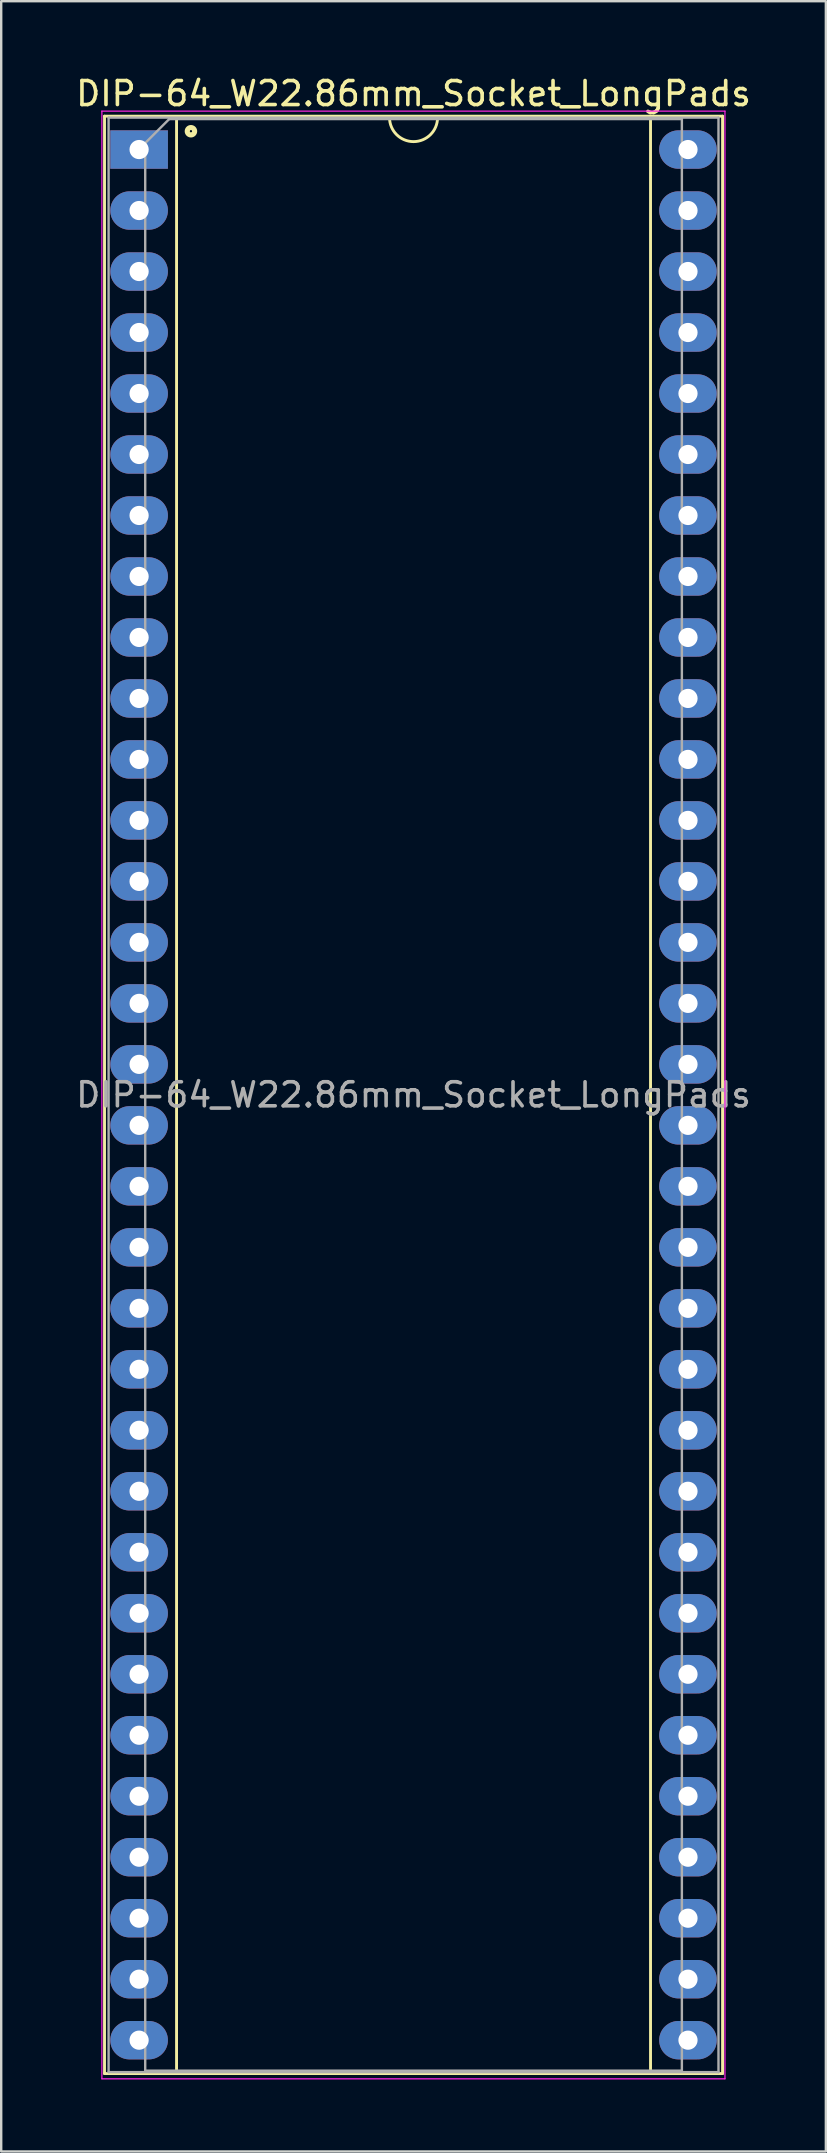
<source format=kicad_pcb>
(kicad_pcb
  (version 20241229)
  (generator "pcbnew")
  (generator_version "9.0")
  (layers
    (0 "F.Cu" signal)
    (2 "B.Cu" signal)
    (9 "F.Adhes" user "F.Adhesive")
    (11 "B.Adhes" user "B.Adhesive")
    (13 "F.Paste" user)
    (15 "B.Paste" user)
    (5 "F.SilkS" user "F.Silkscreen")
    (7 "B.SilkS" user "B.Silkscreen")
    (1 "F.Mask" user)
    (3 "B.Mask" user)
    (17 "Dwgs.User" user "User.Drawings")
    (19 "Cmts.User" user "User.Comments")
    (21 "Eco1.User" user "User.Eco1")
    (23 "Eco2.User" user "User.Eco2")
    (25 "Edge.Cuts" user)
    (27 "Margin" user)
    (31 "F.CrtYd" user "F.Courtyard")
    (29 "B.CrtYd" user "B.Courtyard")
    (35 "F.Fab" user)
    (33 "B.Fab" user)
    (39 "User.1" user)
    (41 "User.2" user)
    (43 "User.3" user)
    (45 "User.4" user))
  (footprint "DIP-64_W22.86mm_Socket_LongPads"
    (layer "F.Cu")
    (at 2.743 3.178)
    (property "Reference" "DIP-64_W22.86mm_Socket_LongPads" (at 11.43 -2.33 0) (layer "F.SilkS") (effects (font (size 1 1) (thickness 0.15))))
    (attr through_hole)
    (fp_line (start -1.44 -1.39) (end -1.44 80.13) (stroke (width 0.12) (type solid)) (layer "F.SilkS"))
    (fp_line (start -1.44 80.13) (end 24.3 80.13) (stroke (width 0.12) (type solid)) (layer "F.SilkS"))
    (fp_line (start 1.56 -1.33) (end 1.56 80.07) (stroke (width 0.12) (type solid)) (layer "F.SilkS"))
    (fp_line (start 1.56 80.07) (end 21.3 80.07) (stroke (width 0.12) (type solid)) (layer "F.SilkS"))
    (fp_line (start 10.43 -1.33) (end 1.56 -1.33) (stroke (width 0.12) (type solid)) (layer "F.SilkS"))
    (fp_line (start 21.3 -1.33) (end 12.43 -1.33) (stroke (width 0.12) (type solid)) (layer "F.SilkS"))
    (fp_line (start 21.3 80.07) (end 21.3 -1.33) (stroke (width 0.12) (type solid)) (layer "F.SilkS"))
    (fp_line (start 24.3 -1.39) (end -1.44 -1.39) (stroke (width 0.12) (type solid)) (layer "F.SilkS"))
    (fp_line (start 24.3 80.13) (end 24.3 -1.39) (stroke (width 0.12) (type solid)) (layer "F.SilkS"))
    (fp_arc (start 12.43 -1.33) (mid 11.43 -0.33) (end 10.43 -1.33) (stroke (width 0.12) (type solid)) (layer "F.SilkS"))
    (fp_circle (center 2.159 -0.762) (end 2.209 -0.762) (stroke (width 0.12) (type solid)) (fill no) (layer "F.SilkS"))
    (fp_circle (center 2.159 -0.762) (end 2.284 -0.762) (stroke (width 0.12) (type solid)) (fill no) (layer "F.SilkS"))
    (fp_circle (center 2.159 -0.762) (end 2.359 -0.762) (stroke (width 0.12) (type solid)) (fill no) (layer "F.SilkS"))
    (fp_line (start -1.55 -1.6) (end -1.55 80.35) (stroke (width 0.05) (type solid)) (layer "F.CrtYd"))
    (fp_line (start -1.55 80.35) (end 24.4 80.35) (stroke (width 0.05) (type solid)) (layer "F.CrtYd"))
    (fp_line (start 24.4 -1.6) (end -1.55 -1.6) (stroke (width 0.05) (type solid)) (layer "F.CrtYd"))
    (fp_line (start 24.4 80.35) (end 24.4 -1.6) (stroke (width 0.05) (type solid)) (layer "F.CrtYd"))
    (fp_line (start -1.27 -1.33) (end -1.27 80.07) (stroke (width 0.1) (type solid)) (layer "F.Fab"))
    (fp_line (start -1.27 80.07) (end 24.13 80.07) (stroke (width 0.1) (type solid)) (layer "F.Fab"))
    (fp_line (start 0.255 -0.27) (end 1.255 -1.27) (stroke (width 0.1) (type solid)) (layer "F.Fab"))
    (fp_line (start 0.255 80.01) (end 0.255 -0.27) (stroke (width 0.1) (type solid)) (layer "F.Fab"))
    (fp_line (start 1.255 -1.27) (end 22.605 -1.27) (stroke (width 0.1) (type solid)) (layer "F.Fab"))
    (fp_line (start 22.605 -1.27) (end 22.605 80.01) (stroke (width 0.1) (type solid)) (layer "F.Fab"))
    (fp_line (start 22.605 80.01) (end 0.255 80.01) (stroke (width 0.1) (type solid)) (layer "F.Fab"))
    (fp_line (start 24.13 -1.33) (end -1.27 -1.33) (stroke (width 0.1) (type solid)) (layer "F.Fab"))
    (fp_line (start 24.13 80.07) (end 24.13 -1.33) (stroke (width 0.1) (type solid)) (layer "F.Fab"))
    (fp_text user "${REFERENCE}" (at 11.43 39.37 0) (layer "F.Fab") (effects (font (size 1 1) (thickness 0.15))))
    (pad "1" thru_hole rect (at 0 0) (size 2.4 1.6) (drill 0.8) (layers "*.Cu" "*.Mask"))
    (pad "2" thru_hole oval (at 0 2.54) (size 2.4 1.6) (drill 0.8) (layers "*.Cu" "*.Mask"))
    (pad "3" thru_hole oval (at 0 5.08) (size 2.4 1.6) (drill 0.8) (layers "*.Cu" "*.Mask"))
    (pad "4" thru_hole oval (at 0 7.62) (size 2.4 1.6) (drill 0.8) (layers "*.Cu" "*.Mask"))
    (pad "5" thru_hole oval (at 0 10.16) (size 2.4 1.6) (drill 0.8) (layers "*.Cu" "*.Mask"))
    (pad "6" thru_hole oval (at 0 12.7) (size 2.4 1.6) (drill 0.8) (layers "*.Cu" "*.Mask"))
    (pad "7" thru_hole oval (at 0 15.24) (size 2.4 1.6) (drill 0.8) (layers "*.Cu" "*.Mask"))
    (pad "8" thru_hole oval (at 0 17.78) (size 2.4 1.6) (drill 0.8) (layers "*.Cu" "*.Mask"))
    (pad "9" thru_hole oval (at 0 20.32) (size 2.4 1.6) (drill 0.8) (layers "*.Cu" "*.Mask"))
    (pad "10" thru_hole oval (at 0 22.86) (size 2.4 1.6) (drill 0.8) (layers "*.Cu" "*.Mask"))
    (pad "11" thru_hole oval (at 0 25.4) (size 2.4 1.6) (drill 0.8) (layers "*.Cu" "*.Mask"))
    (pad "12" thru_hole oval (at 0 27.94) (size 2.4 1.6) (drill 0.8) (layers "*.Cu" "*.Mask"))
    (pad "13" thru_hole oval (at 0 30.48) (size 2.4 1.6) (drill 0.8) (layers "*.Cu" "*.Mask"))
    (pad "14" thru_hole oval (at 0 33.02) (size 2.4 1.6) (drill 0.8) (layers "*.Cu" "*.Mask"))
    (pad "15" thru_hole oval (at 0 35.56) (size 2.4 1.6) (drill 0.8) (layers "*.Cu" "*.Mask"))
    (pad "16" thru_hole oval (at 0 38.1) (size 2.4 1.6) (drill 0.8) (layers "*.Cu" "*.Mask"))
    (pad "17" thru_hole oval (at 0 40.64) (size 2.4 1.6) (drill 0.8) (layers "*.Cu" "*.Mask"))
    (pad "18" thru_hole oval (at 0 43.18) (size 2.4 1.6) (drill 0.8) (layers "*.Cu" "*.Mask"))
    (pad "19" thru_hole oval (at 0 45.72) (size 2.4 1.6) (drill 0.8) (layers "*.Cu" "*.Mask"))
    (pad "20" thru_hole oval (at 0 48.26) (size 2.4 1.6) (drill 0.8) (layers "*.Cu" "*.Mask"))
    (pad "21" thru_hole oval (at 0 50.8) (size 2.4 1.6) (drill 0.8) (layers "*.Cu" "*.Mask"))
    (pad "22" thru_hole oval (at 0 53.34) (size 2.4 1.6) (drill 0.8) (layers "*.Cu" "*.Mask"))
    (pad "23" thru_hole oval (at 0 55.88) (size 2.4 1.6) (drill 0.8) (layers "*.Cu" "*.Mask"))
    (pad "24" thru_hole oval (at 0 58.42) (size 2.4 1.6) (drill 0.8) (layers "*.Cu" "*.Mask"))
    (pad "25" thru_hole oval (at 0 60.96) (size 2.4 1.6) (drill 0.8) (layers "*.Cu" "*.Mask"))
    (pad "26" thru_hole oval (at 0 63.5) (size 2.4 1.6) (drill 0.8) (layers "*.Cu" "*.Mask"))
    (pad "27" thru_hole oval (at 0 66.04) (size 2.4 1.6) (drill 0.8) (layers "*.Cu" "*.Mask"))
    (pad "28" thru_hole oval (at 0 68.58) (size 2.4 1.6) (drill 0.8) (layers "*.Cu" "*.Mask"))
    (pad "29" thru_hole oval (at 0 71.12) (size 2.4 1.6) (drill 0.8) (layers "*.Cu" "*.Mask"))
    (pad "30" thru_hole oval (at 0 73.66) (size 2.4 1.6) (drill 0.8) (layers "*.Cu" "*.Mask"))
    (pad "31" thru_hole oval (at 0 76.2) (size 2.4 1.6) (drill 0.8) (layers "*.Cu" "*.Mask"))
    (pad "32" thru_hole oval (at 0 78.74) (size 2.4 1.6) (drill 0.8) (layers "*.Cu" "*.Mask"))
    (pad "33" thru_hole oval (at 22.86 78.74) (size 2.4 1.6) (drill 0.8) (layers "*.Cu" "*.Mask"))
    (pad "34" thru_hole oval (at 22.86 76.2) (size 2.4 1.6) (drill 0.8) (layers "*.Cu" "*.Mask"))
    (pad "35" thru_hole oval (at 22.86 73.66) (size 2.4 1.6) (drill 0.8) (layers "*.Cu" "*.Mask"))
    (pad "36" thru_hole oval (at 22.86 71.12) (size 2.4 1.6) (drill 0.8) (layers "*.Cu" "*.Mask"))
    (pad "37" thru_hole oval (at 22.86 68.58) (size 2.4 1.6) (drill 0.8) (layers "*.Cu" "*.Mask"))
    (pad "38" thru_hole oval (at 22.86 66.04) (size 2.4 1.6) (drill 0.8) (layers "*.Cu" "*.Mask"))
    (pad "39" thru_hole oval (at 22.86 63.5) (size 2.4 1.6) (drill 0.8) (layers "*.Cu" "*.Mask"))
    (pad "40" thru_hole oval (at 22.86 60.96) (size 2.4 1.6) (drill 0.8) (layers "*.Cu" "*.Mask"))
    (pad "41" thru_hole oval (at 22.86 58.42) (size 2.4 1.6) (drill 0.8) (layers "*.Cu" "*.Mask"))
    (pad "42" thru_hole oval (at 22.86 55.88) (size 2.4 1.6) (drill 0.8) (layers "*.Cu" "*.Mask"))
    (pad "43" thru_hole oval (at 22.86 53.34) (size 2.4 1.6) (drill 0.8) (layers "*.Cu" "*.Mask"))
    (pad "44" thru_hole oval (at 22.86 50.8) (size 2.4 1.6) (drill 0.8) (layers "*.Cu" "*.Mask"))
    (pad "45" thru_hole oval (at 22.86 48.26) (size 2.4 1.6) (drill 0.8) (layers "*.Cu" "*.Mask"))
    (pad "46" thru_hole oval (at 22.86 45.72) (size 2.4 1.6) (drill 0.8) (layers "*.Cu" "*.Mask"))
    (pad "47" thru_hole oval (at 22.86 43.18) (size 2.4 1.6) (drill 0.8) (layers "*.Cu" "*.Mask"))
    (pad "48" thru_hole oval (at 22.86 40.64) (size 2.4 1.6) (drill 0.8) (layers "*.Cu" "*.Mask"))
    (pad "49" thru_hole oval (at 22.86 38.1) (size 2.4 1.6) (drill 0.8) (layers "*.Cu" "*.Mask"))
    (pad "50" thru_hole oval (at 22.86 35.56) (size 2.4 1.6) (drill 0.8) (layers "*.Cu" "*.Mask"))
    (pad "51" thru_hole oval (at 22.86 33.02) (size 2.4 1.6) (drill 0.8) (layers "*.Cu" "*.Mask"))
    (pad "52" thru_hole oval (at 22.86 30.48) (size 2.4 1.6) (drill 0.8) (layers "*.Cu" "*.Mask"))
    (pad "53" thru_hole oval (at 22.86 27.94) (size 2.4 1.6) (drill 0.8) (layers "*.Cu" "*.Mask"))
    (pad "54" thru_hole oval (at 22.86 25.4) (size 2.4 1.6) (drill 0.8) (layers "*.Cu" "*.Mask"))
    (pad "55" thru_hole oval (at 22.86 22.86) (size 2.4 1.6) (drill 0.8) (layers "*.Cu" "*.Mask"))
    (pad "56" thru_hole oval (at 22.86 20.32) (size 2.4 1.6) (drill 0.8) (layers "*.Cu" "*.Mask"))
    (pad "57" thru_hole oval (at 22.86 17.78) (size 2.4 1.6) (drill 0.8) (layers "*.Cu" "*.Mask"))
    (pad "58" thru_hole oval (at 22.86 15.24) (size 2.4 1.6) (drill 0.8) (layers "*.Cu" "*.Mask"))
    (pad "59" thru_hole oval (at 22.86 12.7) (size 2.4 1.6) (drill 0.8) (layers "*.Cu" "*.Mask"))
    (pad "60" thru_hole oval (at 22.86 10.16) (size 2.4 1.6) (drill 0.8) (layers "*.Cu" "*.Mask"))
    (pad "61" thru_hole oval (at 22.86 7.62) (size 2.4 1.6) (drill 0.8) (layers "*.Cu" "*.Mask"))
    (pad "62" thru_hole oval (at 22.86 5.08) (size 2.4 1.6) (drill 0.8) (layers "*.Cu" "*.Mask"))
    (pad "63" thru_hole oval (at 22.86 2.54) (size 2.4 1.6) (drill 0.8) (layers "*.Cu" "*.Mask"))
    (pad "64" thru_hole oval (at 22.86 0) (size 2.4 1.6) (drill 0.8) (layers "*.Cu" "*.Mask")))
  (gr_rect
    (start -3 -3)
    (end 31.345 86.553)
    (stroke (width 0.1) (type default))
    (fill no)
    (layer "Edge.Cuts")))
</source>
